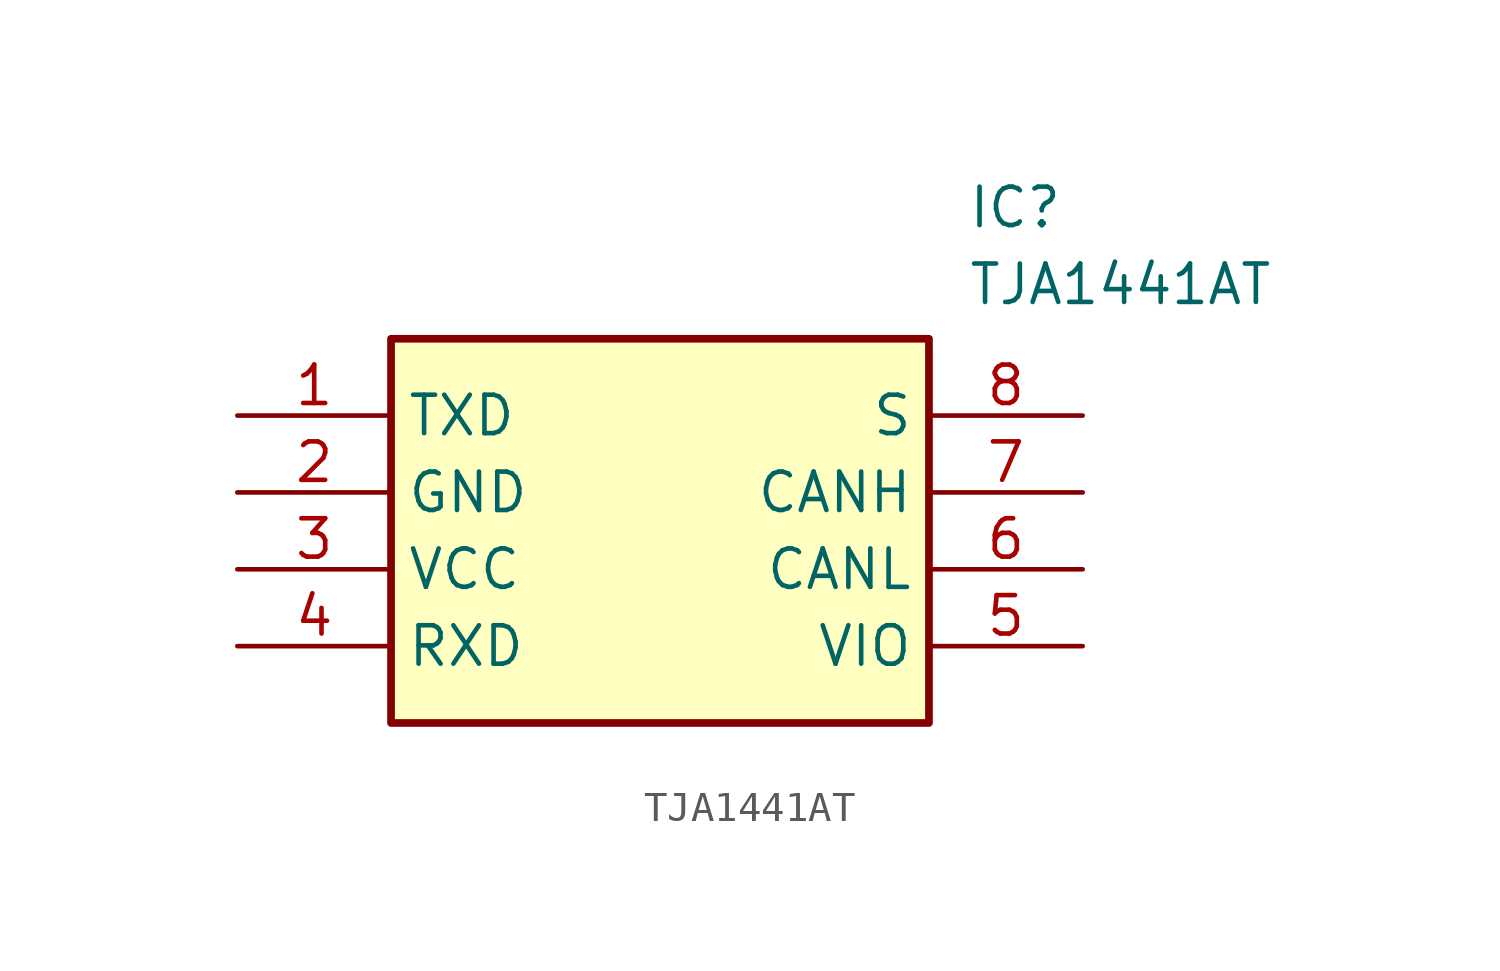
<source format=kicad_sym>
(kicad_symbol_lib
  (version 20211014)
  (generator SamacSys_ECAD_Model)
  (symbol "TJA1441AT"
    (property "Reference" "IC"
      (at 24.13 7.62 0)
      (effects (font (size 1.27 1.27)) (justify left top)))
    (property "Value" "TJA1441AT"
      (at 24.13 5.08 0)
      (effects (font (size 1.27 1.27)) (justify left top)))
    (rectangle
      (start 5.08 2.54)
      (end 22.86 -10.16)
      (stroke (width 0.254) (type default))
      (fill (type background)))
    (pin passive line
      (at 0 0 0)
      (length 5.08)
      (name "TXD" (effects (font (size 1.27 1.27))))
      (number "1" (effects (font (size 1.27 1.27)))))
    (pin passive line
      (at 0 -2.54 0)
      (length 5.08)
      (name "GND" (effects (font (size 1.27 1.27))))
      (number "2" (effects (font (size 1.27 1.27)))))
    (pin passive line
      (at 0 -5.08 0)
      (length 5.08)
      (name "VCC" (effects (font (size 1.27 1.27))))
      (number "3" (effects (font (size 1.27 1.27)))))
    (pin passive line
      (at 0 -7.62 0)
      (length 5.08)
      (name "RXD" (effects (font (size 1.27 1.27))))
      (number "4" (effects (font (size 1.27 1.27)))))
    (pin passive line
      (at 27.94 0 180)
      (length 5.08)
      (name "S" (effects (font (size 1.27 1.27))))
      (number "8" (effects (font (size 1.27 1.27)))))
    (pin passive line
      (at 27.94 -2.54 180)
      (length 5.08)
      (name "CANH" (effects (font (size 1.27 1.27))))
      (number "7" (effects (font (size 1.27 1.27)))))
    (pin passive line
      (at 27.94 -5.08 180)
      (length 5.08)
      (name "CANL" (effects (font (size 1.27 1.27))))
      (number "6" (effects (font (size 1.27 1.27)))))
    (pin passive line
      (at 27.94 -7.62 180)
      (length 5.08)
      (name "VIO" (effects (font (size 1.27 1.27))))
      (number "5" (effects (font (size 1.27 1.27)))))))
</source>
